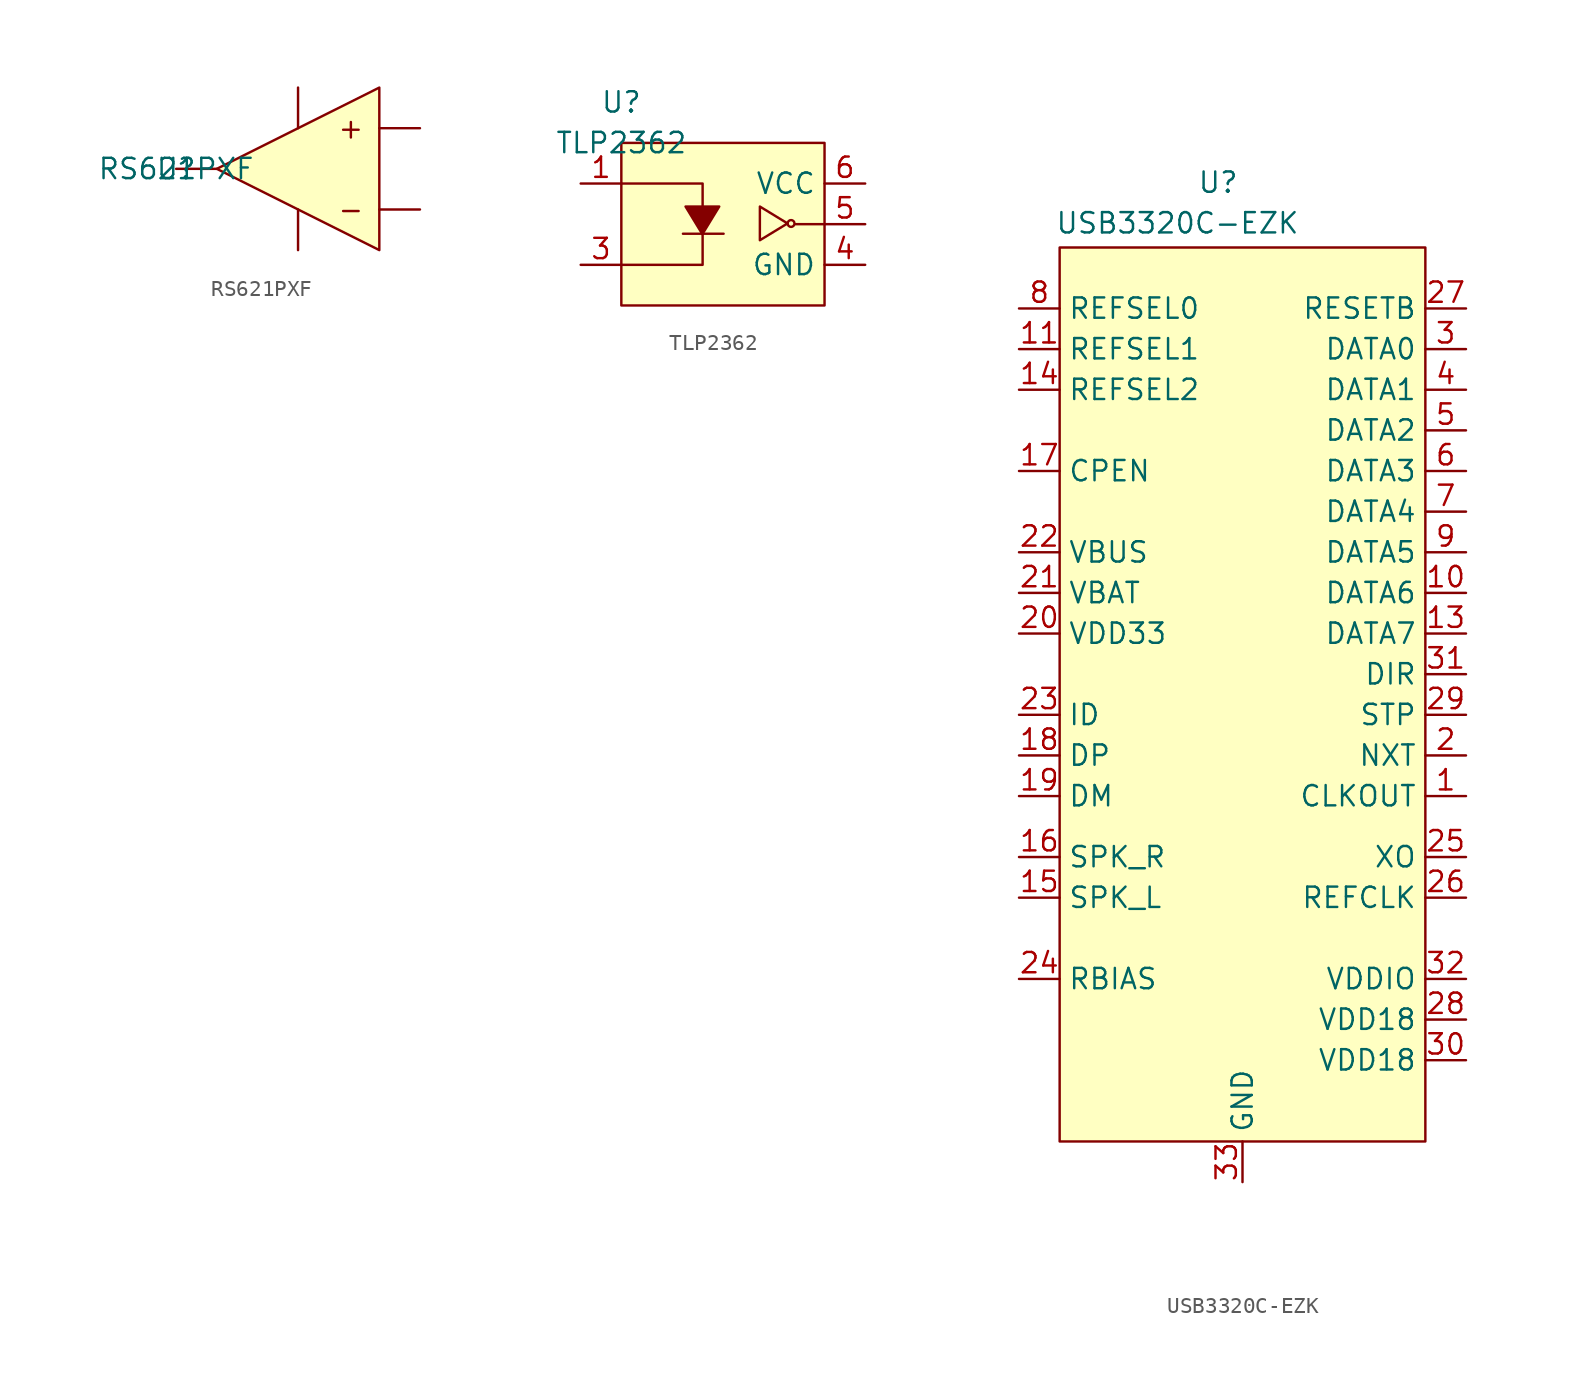
<source format=kicad_sym>
(kicad_symbol_lib
  (version 20241209)
  (generator "kicad_symbol_editor")
  (generator_version "9.0")
  (symbol "RS621PXF"
    (pin_numbers
      (hide yes))
    (pin_names
      (hide yes))
    (property "Reference" "U"
      (at 0 0 0)
      (effects (font (size 1.27 1.27))))
    (property "Value" "RS621PXF"
      (at 0 0 0)
      (effects (font (size 1.27 1.27))))
    (symbol "RS621PXF_1_1"
      (polyline (pts (xy 2.54 0) (xy 12.7 5.08) (xy 12.7 -5.08) (xy 2.54 0)) (stroke (width 0) (type solid)) (fill (type background)))
      (text "+" (at 10.922 2.54 0) (effects (font (size 1.27 1.27))))
      (text "-" (at 10.922 -2.54 0) (effects (font (size 1.27 1.27))))
      (pin passive line (at 0 0 0) (length 2.54) (name "OUT" (effects (font (size 1.27 1.27)))) (number "1" (effects (font (size 1.27 1.27)))))
      (pin passive line (at 7.62 5.08 270) (length 2.54) (name "V+" (effects (font (size 1.27 1.27)))) (number "5" (effects (font (size 1.27 1.27)))))
      (pin passive line (at 7.62 -5.08 90) (length 2.54) (name "V-" (effects (font (size 1.27 1.27)))) (number "2" (effects (font (size 1.27 1.27)))))
      (pin passive line (at 15.24 2.54 180) (length 2.54) (name "+IN" (effects (font (size 1.27 1.27)))) (number "3" (effects (font (size 1.27 1.27)))))
      (pin passive line (at 15.24 -2.54 180) (length 2.54) (name "-IN" (effects (font (size 1.27 1.27)))) (number "4" (effects (font (size 1.27 1.27)))))))
  (symbol "TLP2362"
    (property "Reference" "U"
      (at 0 2.54 0)
      (effects (font (size 1.27 1.27))))
    (property "Value" "TLP2362"
      (at 0 0 0)
      (effects (font (size 1.27 1.27))))
    (symbol "TLP2362_0_0"
      (pin input line (at -2.54 -2.54 0) (length 2.54) (name "" (effects (font (size 1.27 1.27)))) (number "1" (effects (font (size 1.27 1.27)))))
      (pin input line (at -2.54 -7.62 0) (length 2.54) (name "" (effects (font (size 1.27 1.27)))) (number "3" (effects (font (size 1.27 1.27)))))
      (pin power_in line (at 15.24 -2.54 180) (length 2.54) (name "VCC" (effects (font (size 1.27 1.27)))) (number "6" (effects (font (size 1.27 1.27)))))
      (pin output line (at 15.24 -5.08 180) (length 2.54) (name "" (effects (font (size 1.27 1.27)))) (number "5" (effects (font (size 1.27 1.27)))))
      (pin power_in line (at 15.24 -7.62 180) (length 2.54) (name "GND" (effects (font (size 1.27 1.27)))) (number "4" (effects (font (size 1.27 1.27))))))
    (symbol "TLP2362_0_1"
      (polyline (pts (xy 0 -2.54) (xy 5.08 -2.54) (xy 5.08 -3.981)) (stroke (width 0) (type default)) (fill (type none)))
      (polyline (pts (xy 3.851 -5.677) (xy 6.391 -5.677)) (stroke (width 0) (type default)) (fill (type none)))
      (polyline (pts (xy 5.08 -5.677) (xy 5.08 -7.62) (xy 0 -7.62)) (stroke (width 0) (type default)) (fill (type none)))
      (polyline (pts (xy 8.659 -3.978) (xy 8.658 -6.084) (xy 10.386 -5.033) (xy 8.659 -3.978)) (stroke (width 0) (type default)) (fill (type none)))
      (circle (center 10.608 -5.037) (radius 0.214) (stroke (width 0) (type default)) (fill (type none)))
      (polyline (pts (xy 12.7 -5.08) (xy 10.895 -5.08)) (stroke (width 0) (type default)) (fill (type none))))
    (symbol "TLP2362_1_1"
      (rectangle (start 0 0) (end 12.7 -10.16) (stroke (width 0) (type solid)) (fill (type background)))
      (polyline (pts (xy 6.119 -3.978) (xy 4.013 -3.978) (xy 5.064 -5.705) (xy 6.119 -3.978)) (stroke (width 0) (type solid)) (fill (type outline)))))
  (symbol "USB3320C-EZK"
    (property "Reference" "U"
      (at 9.906 59.944 0)
      (effects (font (size 1.27 1.27))))
    (property "Value" "USB3320C-EZK"
      (at 7.366 57.404 0)
      (effects (font (size 1.27 1.27))))
    (symbol "USB3320C-EZK_0_0"
      (pin unspecified line (at -2.54 52.07 0) (length 2.54) (name "REFSEL0" (effects (font (size 1.27 1.27)))) (number "8" (effects (font (size 1.27 1.27)))))
      (pin unspecified line (at -2.54 49.53 0) (length 2.54) (name "REFSEL1" (effects (font (size 1.27 1.27)))) (number "11" (effects (font (size 1.27 1.27)))))
      (pin unspecified line (at -2.54 46.99 0) (length 2.54) (name "REFSEL2" (effects (font (size 1.27 1.27)))) (number "14" (effects (font (size 1.27 1.27)))))
      (pin unspecified line (at -2.54 41.91 0) (length 2.54) (name "CPEN" (effects (font (size 1.27 1.27)))) (number "17" (effects (font (size 1.27 1.27)))))
      (pin unspecified line (at -2.54 36.83 0) (length 2.54) (name "VBUS" (effects (font (size 1.27 1.27)))) (number "22" (effects (font (size 1.27 1.27)))))
      (pin unspecified line (at -2.54 34.29 0) (length 2.54) (name "VBAT" (effects (font (size 1.27 1.27)))) (number "21" (effects (font (size 1.27 1.27)))))
      (pin unspecified line (at -2.54 31.75 0) (length 2.54) (name "VDD33" (effects (font (size 1.27 1.27)))) (number "20" (effects (font (size 1.27 1.27)))))
      (pin unspecified line (at -2.54 26.67 0) (length 2.54) (name "ID" (effects (font (size 1.27 1.27)))) (number "23" (effects (font (size 1.27 1.27)))))
      (pin unspecified line (at -2.54 24.13 0) (length 2.54) (name "DP" (effects (font (size 1.27 1.27)))) (number "18" (effects (font (size 1.27 1.27)))))
      (pin unspecified line (at -2.54 21.59 0) (length 2.54) (name "DM" (effects (font (size 1.27 1.27)))) (number "19" (effects (font (size 1.27 1.27)))))
      (pin unspecified line (at -2.54 17.78 0) (length 2.54) (name "SPK_R" (effects (font (size 1.27 1.27)))) (number "16" (effects (font (size 1.27 1.27)))))
      (pin unspecified line (at -2.54 15.24 0) (length 2.54) (name "SPK_L" (effects (font (size 1.27 1.27)))) (number "15" (effects (font (size 1.27 1.27)))))
      (pin unspecified line (at -2.54 10.16 0) (length 2.54) (name "RBIAS" (effects (font (size 1.27 1.27)))) (number "24" (effects (font (size 1.27 1.27)))))
      (pin no_connect line (at 10.16 48.26 0) (length 2.54) (hide yes) (name "NC" (effects (font (size 1.27 1.27)))) (number "12" (effects (font (size 1.27 1.27)))))
      (pin input line (at 11.43 -2.54 90) (length 2.54) (name "GND" (effects (font (size 1.27 1.27)))) (number "33" (effects (font (size 1.27 1.27)))))
      (pin unspecified line (at 25.4 52.07 180) (length 2.54) (name "RESETB" (effects (font (size 1.27 1.27)))) (number "27" (effects (font (size 1.27 1.27)))))
      (pin bidirectional line (at 25.4 49.53 180) (length 2.54) (name "DATA0" (effects (font (size 1.27 1.27)))) (number "3" (effects (font (size 1.27 1.27)))))
      (pin bidirectional line (at 25.4 46.99 180) (length 2.54) (name "DATA1" (effects (font (size 1.27 1.27)))) (number "4" (effects (font (size 1.27 1.27)))))
      (pin bidirectional line (at 25.4 44.45 180) (length 2.54) (name "DATA2" (effects (font (size 1.27 1.27)))) (number "5" (effects (font (size 1.27 1.27)))))
      (pin bidirectional line (at 25.4 41.91 180) (length 2.54) (name "DATA3" (effects (font (size 1.27 1.27)))) (number "6" (effects (font (size 1.27 1.27)))))
      (pin bidirectional line (at 25.4 39.37 180) (length 2.54) (name "DATA4" (effects (font (size 1.27 1.27)))) (number "7" (effects (font (size 1.27 1.27)))))
      (pin bidirectional line (at 25.4 36.83 180) (length 2.54) (name "DATA5" (effects (font (size 1.27 1.27)))) (number "9" (effects (font (size 1.27 1.27)))))
      (pin bidirectional line (at 25.4 34.29 180) (length 2.54) (name "DATA6" (effects (font (size 1.27 1.27)))) (number "10" (effects (font (size 1.27 1.27)))))
      (pin bidirectional line (at 25.4 31.75 180) (length 2.54) (name "DATA7" (effects (font (size 1.27 1.27)))) (number "13" (effects (font (size 1.27 1.27)))))
      (pin output line (at 25.4 29.21 180) (length 2.54) (name "DIR" (effects (font (size 1.27 1.27)))) (number "31" (effects (font (size 1.27 1.27)))))
      (pin input line (at 25.4 26.67 180) (length 2.54) (name "STP" (effects (font (size 1.27 1.27)))) (number "29" (effects (font (size 1.27 1.27)))))
      (pin output line (at 25.4 24.13 180) (length 2.54) (name "NXT" (effects (font (size 1.27 1.27)))) (number "2" (effects (font (size 1.27 1.27)))))
      (pin bidirectional line (at 25.4 21.59 180) (length 2.54) (name "CLKOUT" (effects (font (size 1.27 1.27)))) (number "1" (effects (font (size 1.27 1.27)))))
      (pin unspecified line (at 25.4 17.78 180) (length 2.54) (name "XO" (effects (font (size 1.27 1.27)))) (number "25" (effects (font (size 1.27 1.27)))))
      (pin unspecified line (at 25.4 15.24 180) (length 2.54) (name "REFCLK" (effects (font (size 1.27 1.27)))) (number "26" (effects (font (size 1.27 1.27)))))
      (pin unspecified line (at 25.4 10.16 180) (length 2.54) (name "VDDIO" (effects (font (size 1.27 1.27)))) (number "32" (effects (font (size 1.27 1.27)))))
      (pin unspecified line (at 25.4 7.62 180) (length 2.54) (name "VDD18" (effects (font (size 1.27 1.27)))) (number "28" (effects (font (size 1.27 1.27)))))
      (pin unspecified line (at 25.4 5.08 180) (length 2.54) (name "VDD18" (effects (font (size 1.27 1.27)))) (number "30" (effects (font (size 1.27 1.27))))))
    (symbol "USB3320C-EZK_0_1"
      (rectangle (start 0 55.88) (end 22.86 0) (stroke (width 0) (type default)) (fill (type background))))))
</source>
